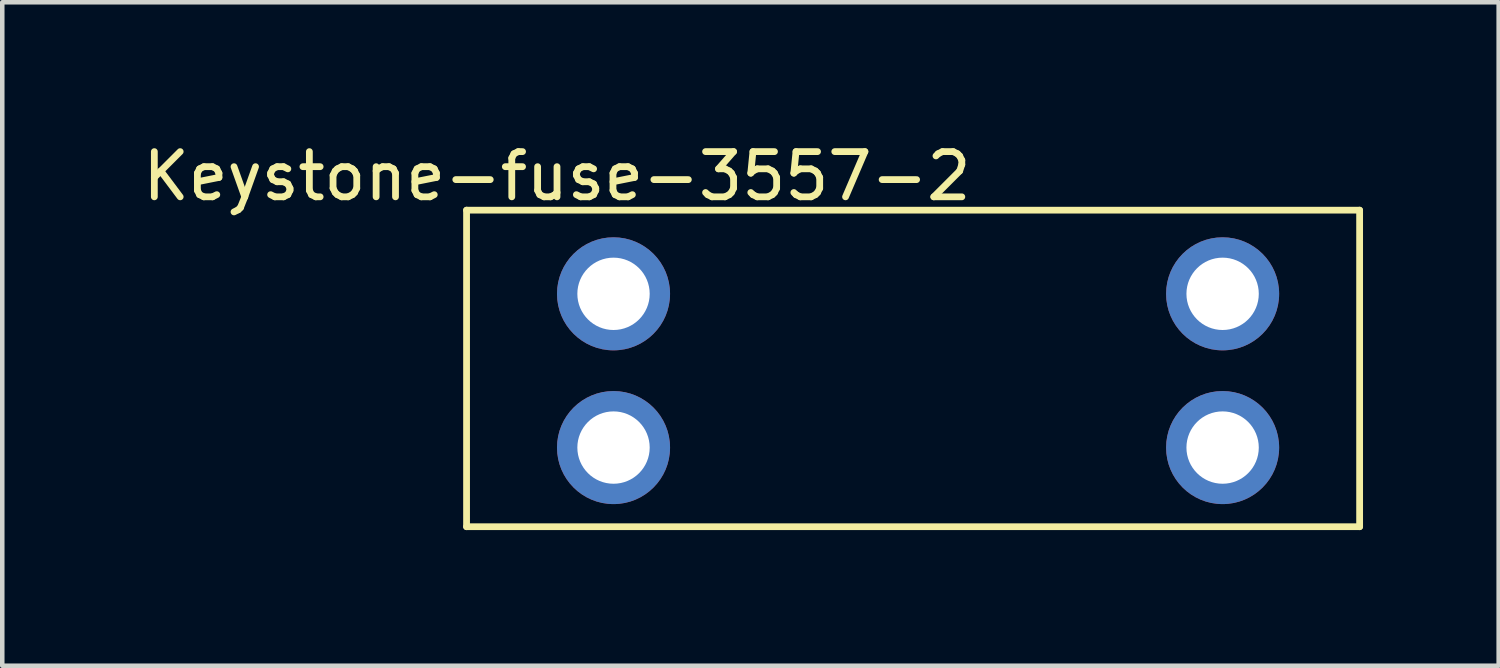
<source format=kicad_pcb>
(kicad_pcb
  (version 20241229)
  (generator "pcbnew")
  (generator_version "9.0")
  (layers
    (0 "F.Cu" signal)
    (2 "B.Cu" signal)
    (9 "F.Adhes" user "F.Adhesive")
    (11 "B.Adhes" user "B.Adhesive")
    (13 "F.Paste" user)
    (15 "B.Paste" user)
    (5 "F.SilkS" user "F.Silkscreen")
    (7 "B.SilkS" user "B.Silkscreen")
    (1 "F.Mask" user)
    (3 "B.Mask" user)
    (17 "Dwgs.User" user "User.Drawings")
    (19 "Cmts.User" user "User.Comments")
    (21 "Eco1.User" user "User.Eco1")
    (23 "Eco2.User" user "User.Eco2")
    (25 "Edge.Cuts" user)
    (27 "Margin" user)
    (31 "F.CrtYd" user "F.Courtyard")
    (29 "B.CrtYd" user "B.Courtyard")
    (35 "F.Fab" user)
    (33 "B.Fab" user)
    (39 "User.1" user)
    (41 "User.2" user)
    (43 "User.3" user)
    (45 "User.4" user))
  (footprint "Keystone-fuse-3557-2"
    (layer "F.Cu")
    (at 10.518 6.848)
    (property "Reference" "Keystone-fuse-3557-2" (at -1.25 -6 0) (layer "F.SilkS") (effects (font (size 1 1) (thickness 0.15))))
    (attr through_hole)
    (fp_line (start -3.25 -5.25) (end -3.25 1.75) (stroke (width 0.15) (type solid)) (layer "F.SilkS"))
    (fp_line (start -3.25 -5.25) (end 16.5 -5.25) (stroke (width 0.15) (type solid)) (layer "F.SilkS"))
    (fp_line (start -3.25 1.75) (end 16.5 1.75) (stroke (width 0.15) (type solid)) (layer "F.SilkS"))
    (fp_line (start 16.5 1.75) (end 16.5 -5.25) (stroke (width 0.15) (type solid)) (layer "F.SilkS"))
    (pad "1" thru_hole circle (at 0 -3.4) (size 2.5 2.5) (drill 1.6) (layers "*.Cu" "*.Mask"))
    (pad "1" thru_hole circle (at 0 0) (size 2.5 2.5) (drill 1.6) (layers "*.Cu" "*.Mask"))
    (pad "2" thru_hole circle (at 13.47 -3.4) (size 2.5 2.5) (drill 1.6) (layers "*.Cu" "*.Mask"))
    (pad "2" thru_hole circle (at 13.47 0) (size 2.5 2.5) (drill 1.6) (layers "*.Cu" "*.Mask")))
  (gr_rect
    (start -3 -3)
    (end 30.093 11.673)
    (stroke (width 0.1) (type default))
    (fill no)
    (layer "Edge.Cuts")))
</source>
